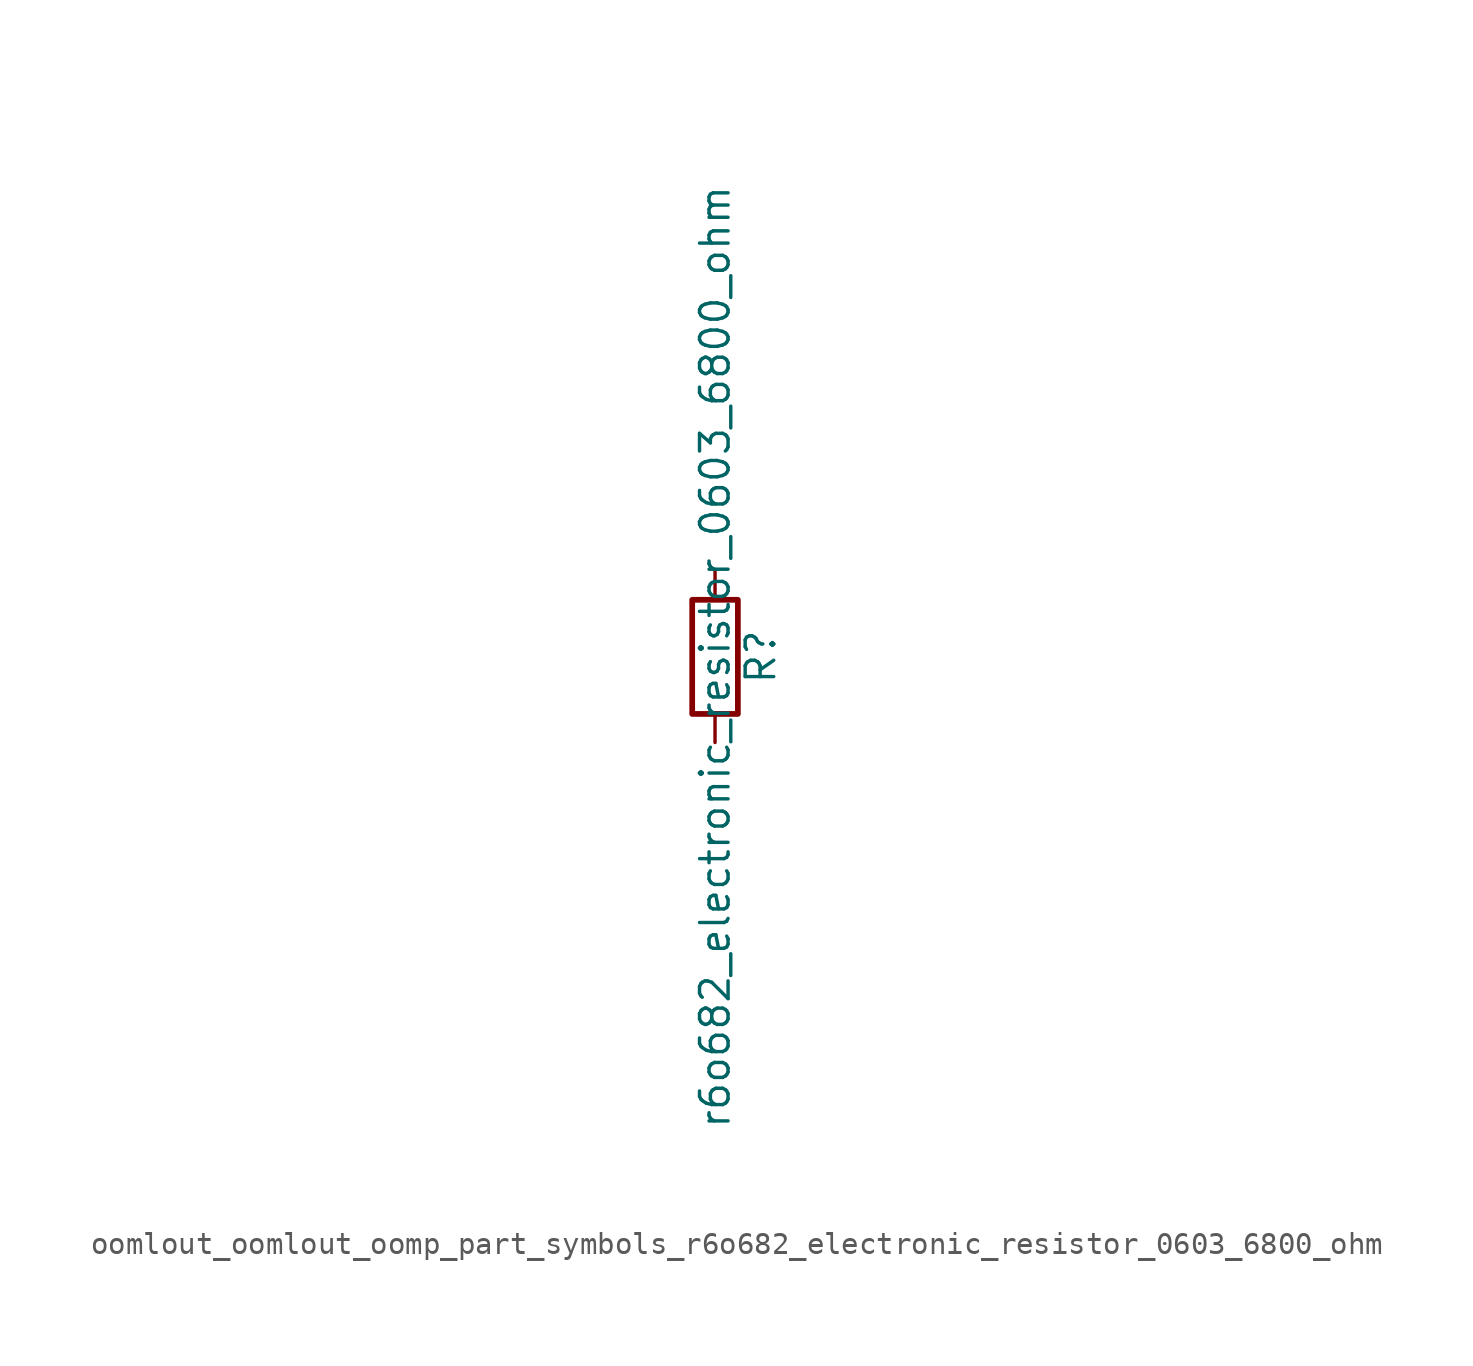
<source format=kicad_sym>
(kicad_symbol_lib
  (version 20220914)
  (generator kicad_symbol_editor)
  (symbol "oomlout_oomlout_oomp_part_symbols_r6o682_electronic_resistor_0603_6800_ohm"
    (pin_numbers hide)
    (pin_names
      (offset 0))
    (property "Reference" "R"
      (at 2.032 0 90)
      (effects (font (size 1.27 1.27))))
    (property "Value" "r6o682_electronic_resistor_0603_6800_ohm"
      (at 0 0 90)
      (effects (font (size 1.27 1.27))))
    (symbol "oomlout_oomlout_oomp_part_symbols_r6o682_electronic_resistor_0603_6800_ohm_0_1"
      (rectangle (start -1.016 -2.54) (end 1.016 2.54) (stroke (width 0.254) (type default)) (fill (type none))))
    (symbol "oomlout_oomlout_oomp_part_symbols_r6o682_electronic_resistor_0603_6800_ohm_1_1"
      (pin passive line (at 0 3.81 270) (length 1.27) (name "~" (effects (font (size 1.27 1.27)))) (number "1" (effects (font (size 1.27 1.27)))))
      (pin passive line (at 0 -3.81 90) (length 1.27) (name "~" (effects (font (size 1.27 1.27)))) (number "2" (effects (font (size 1.27 1.27))))))))
</source>
